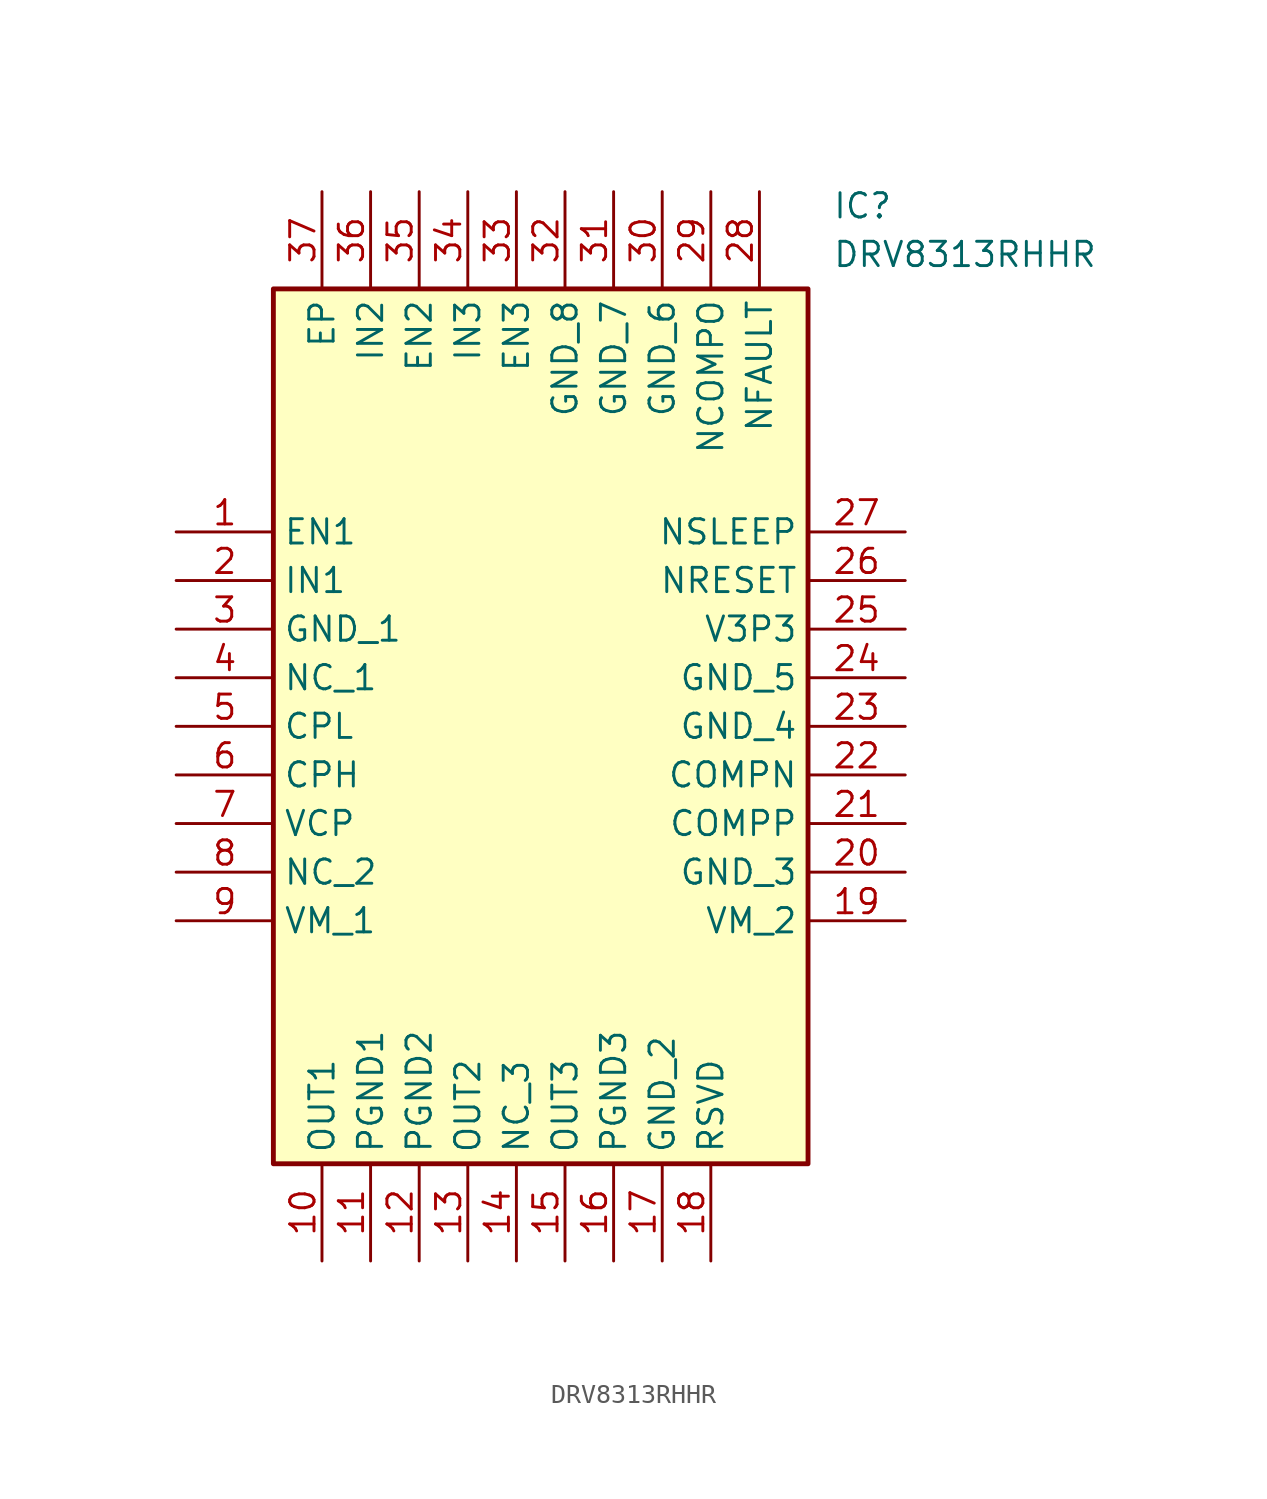
<source format=kicad_sym>
(kicad_symbol_lib
  (version 20211014)
  (generator SamacSys_ECAD_Model)
  (symbol "DRV8313RHHR"
    (property "Reference" "IC"
      (at 34.29 17.78 0)
      (effects (font (size 1.27 1.27)) (justify left top)))
    (property "Value" "DRV8313RHHR"
      (at 34.29 15.24 0)
      (effects (font (size 1.27 1.27)) (justify left top)))
    (rectangle
      (start 5.08 12.7)
      (end 33.02 -33.02)
      (stroke (width 0.254) (type default))
      (fill (type background)))
    (pin passive line
      (at 0 0 0)
      (length 5.08)
      (name "EN1" (effects (font (size 1.27 1.27))))
      (number "1" (effects (font (size 1.27 1.27)))))
    (pin passive line
      (at 0 -2.54 0)
      (length 5.08)
      (name "IN1" (effects (font (size 1.27 1.27))))
      (number "2" (effects (font (size 1.27 1.27)))))
    (pin passive line
      (at 0 -5.08 0)
      (length 5.08)
      (name "GND_1" (effects (font (size 1.27 1.27))))
      (number "3" (effects (font (size 1.27 1.27)))))
    (pin passive line
      (at 0 -7.62 0)
      (length 5.08)
      (name "NC_1" (effects (font (size 1.27 1.27))))
      (number "4" (effects (font (size 1.27 1.27)))))
    (pin passive line
      (at 0 -10.16 0)
      (length 5.08)
      (name "CPL" (effects (font (size 1.27 1.27))))
      (number "5" (effects (font (size 1.27 1.27)))))
    (pin passive line
      (at 0 -12.7 0)
      (length 5.08)
      (name "CPH" (effects (font (size 1.27 1.27))))
      (number "6" (effects (font (size 1.27 1.27)))))
    (pin passive line
      (at 0 -15.24 0)
      (length 5.08)
      (name "VCP" (effects (font (size 1.27 1.27))))
      (number "7" (effects (font (size 1.27 1.27)))))
    (pin passive line
      (at 0 -17.78 0)
      (length 5.08)
      (name "NC_2" (effects (font (size 1.27 1.27))))
      (number "8" (effects (font (size 1.27 1.27)))))
    (pin passive line
      (at 0 -20.32 0)
      (length 5.08)
      (name "VM_1" (effects (font (size 1.27 1.27))))
      (number "9" (effects (font (size 1.27 1.27)))))
    (pin passive line
      (at 7.62 -38.1 90)
      (length 5.08)
      (name "OUT1" (effects (font (size 1.27 1.27))))
      (number "10" (effects (font (size 1.27 1.27)))))
    (pin passive line
      (at 10.16 -38.1 90)
      (length 5.08)
      (name "PGND1" (effects (font (size 1.27 1.27))))
      (number "11" (effects (font (size 1.27 1.27)))))
    (pin passive line
      (at 12.7 -38.1 90)
      (length 5.08)
      (name "PGND2" (effects (font (size 1.27 1.27))))
      (number "12" (effects (font (size 1.27 1.27)))))
    (pin passive line
      (at 15.24 -38.1 90)
      (length 5.08)
      (name "OUT2" (effects (font (size 1.27 1.27))))
      (number "13" (effects (font (size 1.27 1.27)))))
    (pin passive line
      (at 17.78 -38.1 90)
      (length 5.08)
      (name "NC_3" (effects (font (size 1.27 1.27))))
      (number "14" (effects (font (size 1.27 1.27)))))
    (pin passive line
      (at 20.32 -38.1 90)
      (length 5.08)
      (name "OUT3" (effects (font (size 1.27 1.27))))
      (number "15" (effects (font (size 1.27 1.27)))))
    (pin passive line
      (at 22.86 -38.1 90)
      (length 5.08)
      (name "PGND3" (effects (font (size 1.27 1.27))))
      (number "16" (effects (font (size 1.27 1.27)))))
    (pin passive line
      (at 25.4 -38.1 90)
      (length 5.08)
      (name "GND_2" (effects (font (size 1.27 1.27))))
      (number "17" (effects (font (size 1.27 1.27)))))
    (pin passive line
      (at 27.94 -38.1 90)
      (length 5.08)
      (name "RSVD" (effects (font (size 1.27 1.27))))
      (number "18" (effects (font (size 1.27 1.27)))))
    (pin passive line
      (at 38.1 0 180)
      (length 5.08)
      (name "NSLEEP" (effects (font (size 1.27 1.27))))
      (number "27" (effects (font (size 1.27 1.27)))))
    (pin passive line
      (at 38.1 -2.54 180)
      (length 5.08)
      (name "NRESET" (effects (font (size 1.27 1.27))))
      (number "26" (effects (font (size 1.27 1.27)))))
    (pin passive line
      (at 38.1 -5.08 180)
      (length 5.08)
      (name "V3P3" (effects (font (size 1.27 1.27))))
      (number "25" (effects (font (size 1.27 1.27)))))
    (pin passive line
      (at 38.1 -7.62 180)
      (length 5.08)
      (name "GND_5" (effects (font (size 1.27 1.27))))
      (number "24" (effects (font (size 1.27 1.27)))))
    (pin passive line
      (at 38.1 -10.16 180)
      (length 5.08)
      (name "GND_4" (effects (font (size 1.27 1.27))))
      (number "23" (effects (font (size 1.27 1.27)))))
    (pin passive line
      (at 38.1 -12.7 180)
      (length 5.08)
      (name "COMPN" (effects (font (size 1.27 1.27))))
      (number "22" (effects (font (size 1.27 1.27)))))
    (pin passive line
      (at 38.1 -15.24 180)
      (length 5.08)
      (name "COMPP" (effects (font (size 1.27 1.27))))
      (number "21" (effects (font (size 1.27 1.27)))))
    (pin passive line
      (at 38.1 -17.78 180)
      (length 5.08)
      (name "GND_3" (effects (font (size 1.27 1.27))))
      (number "20" (effects (font (size 1.27 1.27)))))
    (pin passive line
      (at 38.1 -20.32 180)
      (length 5.08)
      (name "VM_2" (effects (font (size 1.27 1.27))))
      (number "19" (effects (font (size 1.27 1.27)))))
    (pin passive line
      (at 7.62 17.78 270)
      (length 5.08)
      (name "EP" (effects (font (size 1.27 1.27))))
      (number "37" (effects (font (size 1.27 1.27)))))
    (pin passive line
      (at 10.16 17.78 270)
      (length 5.08)
      (name "IN2" (effects (font (size 1.27 1.27))))
      (number "36" (effects (font (size 1.27 1.27)))))
    (pin passive line
      (at 12.7 17.78 270)
      (length 5.08)
      (name "EN2" (effects (font (size 1.27 1.27))))
      (number "35" (effects (font (size 1.27 1.27)))))
    (pin passive line
      (at 15.24 17.78 270)
      (length 5.08)
      (name "IN3" (effects (font (size 1.27 1.27))))
      (number "34" (effects (font (size 1.27 1.27)))))
    (pin passive line
      (at 17.78 17.78 270)
      (length 5.08)
      (name "EN3" (effects (font (size 1.27 1.27))))
      (number "33" (effects (font (size 1.27 1.27)))))
    (pin passive line
      (at 20.32 17.78 270)
      (length 5.08)
      (name "GND_8" (effects (font (size 1.27 1.27))))
      (number "32" (effects (font (size 1.27 1.27)))))
    (pin passive line
      (at 22.86 17.78 270)
      (length 5.08)
      (name "GND_7" (effects (font (size 1.27 1.27))))
      (number "31" (effects (font (size 1.27 1.27)))))
    (pin passive line
      (at 25.4 17.78 270)
      (length 5.08)
      (name "GND_6" (effects (font (size 1.27 1.27))))
      (number "30" (effects (font (size 1.27 1.27)))))
    (pin passive line
      (at 27.94 17.78 270)
      (length 5.08)
      (name "NCOMPO" (effects (font (size 1.27 1.27))))
      (number "29" (effects (font (size 1.27 1.27)))))
    (pin passive line
      (at 30.48 17.78 270)
      (length 5.08)
      (name "NFAULT" (effects (font (size 1.27 1.27))))
      (number "28" (effects (font (size 1.27 1.27)))))))
</source>
